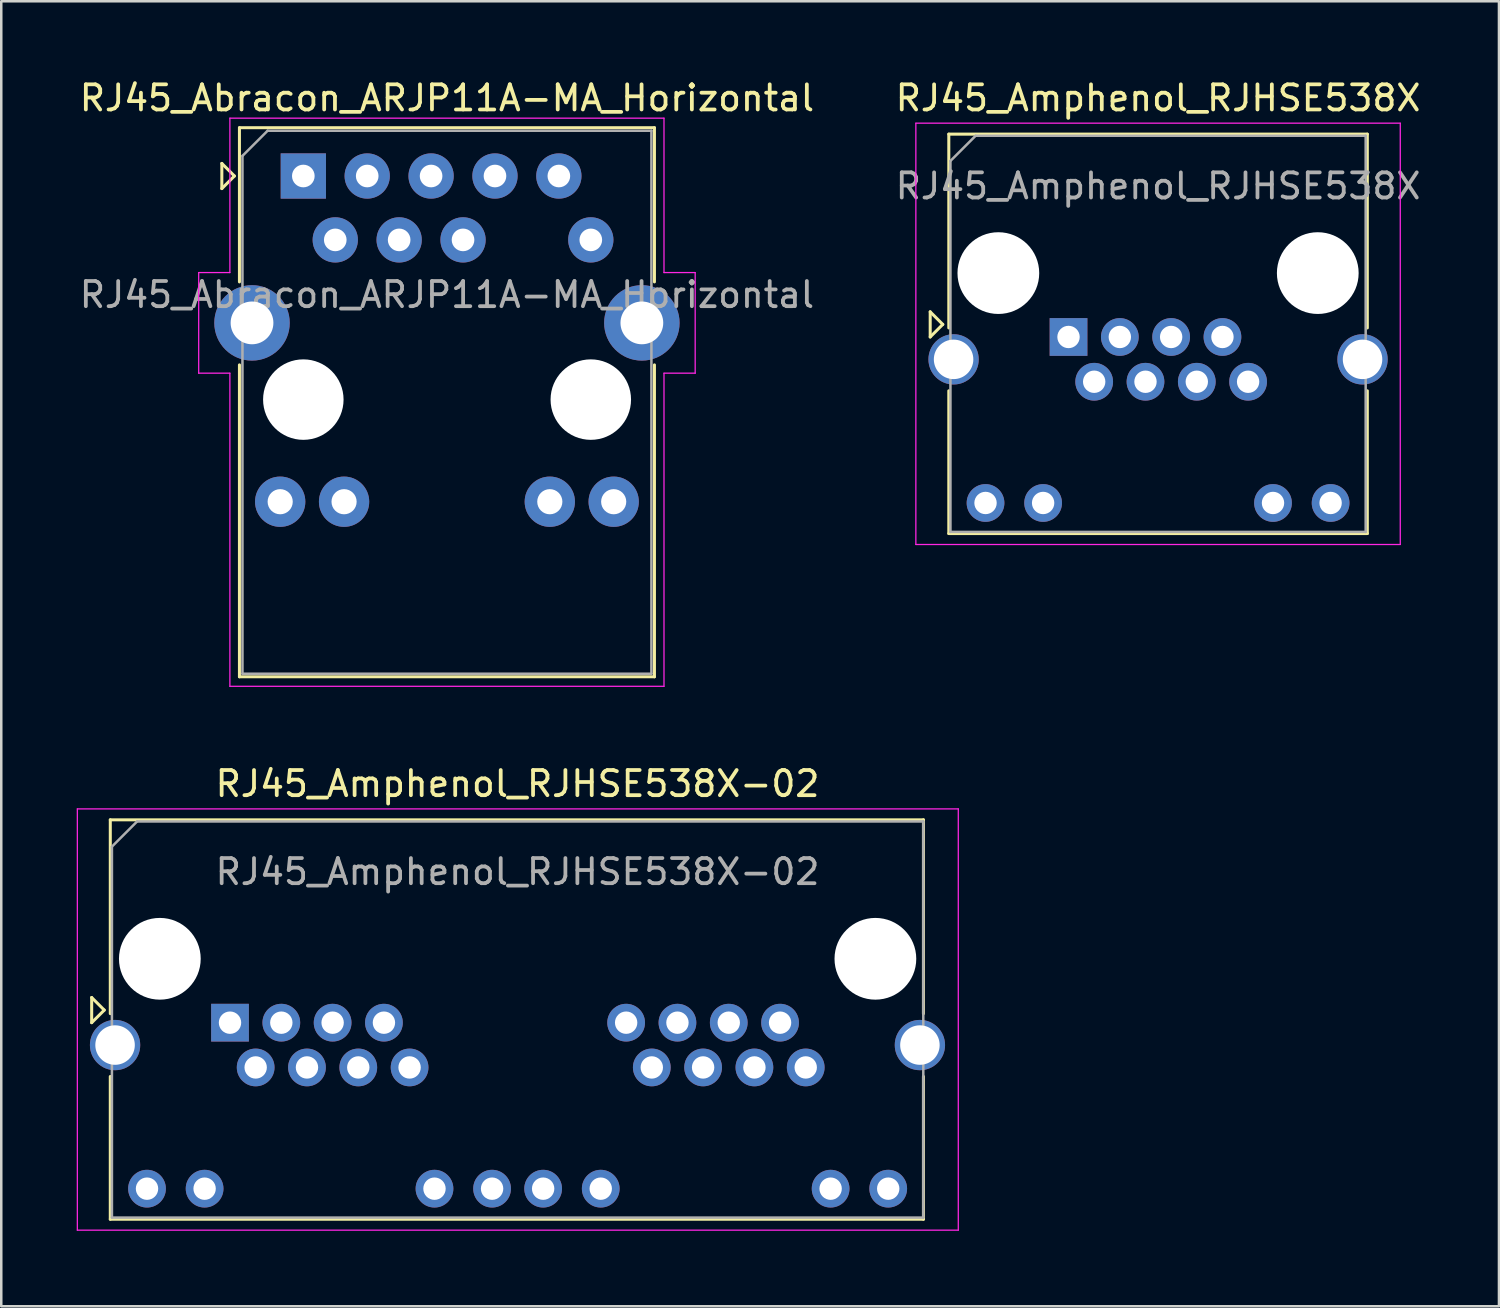
<source format=kicad_pcb>
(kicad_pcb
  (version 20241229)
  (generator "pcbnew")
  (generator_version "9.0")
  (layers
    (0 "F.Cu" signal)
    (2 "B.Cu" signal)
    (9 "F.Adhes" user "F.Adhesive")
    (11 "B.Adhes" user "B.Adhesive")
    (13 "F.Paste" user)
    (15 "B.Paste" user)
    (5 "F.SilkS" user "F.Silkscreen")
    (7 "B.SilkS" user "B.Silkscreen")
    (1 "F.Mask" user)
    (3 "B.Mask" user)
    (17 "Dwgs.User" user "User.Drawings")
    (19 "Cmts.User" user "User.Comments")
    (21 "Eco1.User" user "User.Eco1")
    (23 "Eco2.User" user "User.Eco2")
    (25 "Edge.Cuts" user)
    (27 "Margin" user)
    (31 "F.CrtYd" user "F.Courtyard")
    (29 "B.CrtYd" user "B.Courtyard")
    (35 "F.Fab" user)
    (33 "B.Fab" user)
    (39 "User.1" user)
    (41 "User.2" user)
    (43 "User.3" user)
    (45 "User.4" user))
  (footprint "RJ45_Amphenol_RJHSE538X"
    (layer "F.Cu")
    (at 39.434 10.348)
    (property "Reference" "RJ45_Amphenol_RJHSE538X" (at 3.56 -9.5 0) (layer "F.SilkS") (effects (font (size 1 1) (thickness 0.15))))
    (attr through_hole)
    (fp_line (start -5.5 -1) (end -5 -0.5) (stroke (width 0.12) (type solid)) (layer "F.SilkS"))
    (fp_line (start -5.5 0) (end -5.5 -1) (stroke (width 0.12) (type solid)) (layer "F.SilkS"))
    (fp_line (start -5 -0.5) (end -5.5 0) (stroke (width 0.12) (type solid)) (layer "F.SilkS"))
    (fp_line (start -4.76 -8.065) (end -4.76 -0.36) (stroke (width 0.12) (type solid)) (layer "F.SilkS"))
    (fp_line (start -4.76 -8.065) (end 11.88 -8.065) (stroke (width 0.12) (type solid)) (layer "F.SilkS"))
    (fp_line (start -4.76 7.815) (end -4.76 2.14) (stroke (width 0.12) (type solid)) (layer "F.SilkS"))
    (fp_line (start -4.76 7.815) (end 11.88 7.815) (stroke (width 0.12) (type solid)) (layer "F.SilkS"))
    (fp_line (start 11.88 -8.065) (end 11.88 -0.36) (stroke (width 0.12) (type solid)) (layer "F.SilkS"))
    (fp_line (start 11.88 7.815) (end 11.88 2.14) (stroke (width 0.12) (type solid)) (layer "F.SilkS"))
    (fp_line (start -6.07 -8.5) (end -6.07 8.25) (stroke (width 0.05) (type solid)) (layer "F.CrtYd"))
    (fp_line (start -6.07 -8.5) (end 13.19 -8.5) (stroke (width 0.05) (type solid)) (layer "F.CrtYd"))
    (fp_line (start -6.07 8.25) (end 13.19 8.25) (stroke (width 0.05) (type solid)) (layer "F.CrtYd"))
    (fp_line (start 13.19 -8.5) (end 13.19 8.25) (stroke (width 0.05) (type solid)) (layer "F.CrtYd"))
    (fp_line (start -4.695 -7) (end -4.695 7.75) (stroke (width 0.1) (type solid)) (layer "F.Fab"))
    (fp_line (start -4.695 -7) (end -3.695 -8) (stroke (width 0.1) (type solid)) (layer "F.Fab"))
    (fp_line (start -4.695 7.75) (end 11.815 7.75) (stroke (width 0.1) (type solid)) (layer "F.Fab"))
    (fp_line (start -3.695 -8) (end 11.815 -8) (stroke (width 0.1) (type solid)) (layer "F.Fab"))
    (fp_line (start 11.815 -8) (end 11.815 7.75) (stroke (width 0.1) (type solid)) (layer "F.Fab"))
    (fp_text user "${REFERENCE}" (at 3.56 -6 0) (layer "F.Fab") (effects (font (size 1 1) (thickness 0.15))))
    (pad "" np_thru_hole circle (at -2.79 -2.54) (size 3.25 3.25) (drill 3.25) (layers "*.Cu" "*.Mask"))
    (pad "" np_thru_hole circle (at 9.91 -2.54) (size 3.25 3.25) (drill 3.25) (layers "*.Cu" "*.Mask"))
    (pad "1" thru_hole rect (at 0 0) (size 1.5 1.5) (drill 0.89) (layers "*.Cu" "*.Mask"))
    (pad "2" thru_hole circle (at 2.04 0) (size 1.5 1.5) (drill 0.89) (layers "*.Cu" "*.Mask"))
    (pad "3" thru_hole circle (at 4.08 0) (size 1.5 1.5) (drill 0.89) (layers "*.Cu" "*.Mask"))
    (pad "4" thru_hole circle (at 6.12 0) (size 1.5 1.5) (drill 0.89) (layers "*.Cu" "*.Mask"))
    (pad "5" thru_hole circle (at 1.02 1.78) (size 1.5 1.5) (drill 0.89) (layers "*.Cu" "*.Mask"))
    (pad "6" thru_hole circle (at 3.06 1.78) (size 1.5 1.5) (drill 0.89) (layers "*.Cu" "*.Mask"))
    (pad "7" thru_hole circle (at 5.1 1.78) (size 1.5 1.5) (drill 0.89) (layers "*.Cu" "*.Mask"))
    (pad "8" thru_hole circle (at 7.14 1.78) (size 1.5 1.5) (drill 0.89) (layers "*.Cu" "*.Mask"))
    (pad "9" thru_hole circle (at -3.3 6.6) (size 1.5 1.5) (drill 0.89) (layers "*.Cu" "*.Mask"))
    (pad "10" thru_hole circle (at -1.01 6.6) (size 1.5 1.5) (drill 0.89) (layers "*.Cu" "*.Mask"))
    (pad "11" thru_hole circle (at 8.13 6.6) (size 1.5 1.5) (drill 0.89) (layers "*.Cu" "*.Mask"))
    (pad "12" thru_hole circle (at 10.42 6.6) (size 1.5 1.5) (drill 0.89) (layers "*.Cu" "*.Mask"))
    (pad "SH" thru_hole circle (at -4.57 0.89) (size 2 2) (drill 1.57) (layers "*.Cu" "*.Mask"))
    (pad "SH" thru_hole circle (at 11.69 0.89) (size 2 2) (drill 1.57) (layers "*.Cu" "*.Mask")))
  (footprint "RJ45_Abracon_ARJP11A-MA_Horizontal"
    (layer "F.Cu")
    (at 9.01 3.948)
    (property "Reference" "RJ45_Abracon_ARJP11A-MA_Horizontal" (at 5.71 -3.1 0) (layer "F.SilkS") (effects (font (size 1 1) (thickness 0.15))))
    (attr through_hole)
    (fp_line (start -3.24 -0.5) (end -3.24 0.5) (stroke (width 0.12) (type solid)) (layer "F.SilkS"))
    (fp_line (start -3.24 0.5) (end -2.74 0) (stroke (width 0.12) (type solid)) (layer "F.SilkS"))
    (fp_line (start -2.74 0) (end -3.24 -0.5) (stroke (width 0.12) (type solid)) (layer "F.SilkS"))
    (fp_line (start -2.54 -1.92) (end -2.54 4.21) (stroke (width 0.12) (type solid)) (layer "F.SilkS"))
    (fp_line (start -2.54 -1.92) (end 13.96 -1.92) (stroke (width 0.12) (type solid)) (layer "F.SilkS"))
    (fp_line (start -2.54 7.51) (end -2.54 19.91) (stroke (width 0.12) (type solid)) (layer "F.SilkS"))
    (fp_line (start -2.54 19.91) (end 13.96 19.91) (stroke (width 0.12) (type solid)) (layer "F.SilkS"))
    (fp_line (start 13.96 -1.92) (end 13.96 4.21) (stroke (width 0.12) (type solid)) (layer "F.SilkS"))
    (fp_line (start 13.96 7.51) (end 13.96 19.91) (stroke (width 0.12) (type solid)) (layer "F.SilkS"))
    (fp_line (start -4.16 3.84) (end -4.16 7.84) (stroke (width 0.05) (type solid)) (layer "F.CrtYd"))
    (fp_line (start -4.16 7.84) (end -2.92 7.84) (stroke (width 0.05) (type solid)) (layer "F.CrtYd"))
    (fp_line (start -2.92 -2.3) (end -2.92 3.84) (stroke (width 0.05) (type solid)) (layer "F.CrtYd"))
    (fp_line (start -2.92 -2.3) (end 14.34 -2.3) (stroke (width 0.05) (type solid)) (layer "F.CrtYd"))
    (fp_line (start -2.92 3.84) (end -4.16 3.84) (stroke (width 0.05) (type solid)) (layer "F.CrtYd"))
    (fp_line (start -2.92 7.84) (end -2.92 20.29) (stroke (width 0.05) (type solid)) (layer "F.CrtYd"))
    (fp_line (start -2.92 20.29) (end 14.34 20.29) (stroke (width 0.05) (type solid)) (layer "F.CrtYd"))
    (fp_line (start 14.34 -2.3) (end 14.34 3.84) (stroke (width 0.05) (type solid)) (layer "F.CrtYd"))
    (fp_line (start 14.34 7.84) (end 14.34 20.29) (stroke (width 0.05) (type solid)) (layer "F.CrtYd"))
    (fp_line (start 14.34 7.84) (end 15.58 7.84) (stroke (width 0.05) (type solid)) (layer "F.CrtYd"))
    (fp_line (start 15.58 3.84) (end 14.34 3.84) (stroke (width 0.05) (type solid)) (layer "F.CrtYd"))
    (fp_line (start 15.58 3.84) (end 15.58 7.84) (stroke (width 0.05) (type solid)) (layer "F.CrtYd"))
    (fp_line (start -2.42 -0.8) (end -1.42 -1.8) (stroke (width 0.1) (type solid)) (layer "F.Fab"))
    (fp_line (start -2.42 19.79) (end -2.42 -0.8) (stroke (width 0.1) (type solid)) (layer "F.Fab"))
    (fp_line (start -1.42 -1.8) (end 13.84 -1.8) (stroke (width 0.1) (type solid)) (layer "F.Fab"))
    (fp_line (start 13.84 -1.8) (end 13.84 19.79) (stroke (width 0.1) (type solid)) (layer "F.Fab"))
    (fp_line (start 13.84 19.79) (end -2.42 19.79) (stroke (width 0.1) (type solid)) (layer "F.Fab"))
    (fp_text user "${REFERENCE}" (at 5.71 4.72 0) (layer "F.Fab") (effects (font (size 1 1) (thickness 0.15))))
    (pad "" np_thru_hole circle (at 0 8.89) (size 3.2 3.2) (drill 3.2) (layers "*.Cu" "*.Mask"))
    (pad "" np_thru_hole circle (at 11.43 8.89) (size 3.2 3.2) (drill 3.2) (layers "*.Cu" "*.Mask"))
    (pad "1" thru_hole rect (at 0 0) (size 1.8 1.8) (drill 0.9) (layers "*.Cu" "*.Mask"))
    (pad "2" thru_hole circle (at 1.27 2.54) (size 1.8 1.8) (drill 0.9) (layers "*.Cu" "*.Mask"))
    (pad "3" thru_hole circle (at 2.54 0) (size 1.8 1.8) (drill 0.9) (layers "*.Cu" "*.Mask"))
    (pad "4" thru_hole circle (at 3.81 2.54) (size 1.8 1.8) (drill 0.9) (layers "*.Cu" "*.Mask"))
    (pad "5" thru_hole circle (at 5.08 0) (size 1.8 1.8) (drill 0.9) (layers "*.Cu" "*.Mask"))
    (pad "6" thru_hole circle (at 6.35 2.54) (size 1.8 1.8) (drill 0.9) (layers "*.Cu" "*.Mask"))
    (pad "7" thru_hole circle (at 7.62 0) (size 1.8 1.8) (drill 0.9) (layers "*.Cu" "*.Mask"))
    (pad "9" thru_hole circle (at 10.16 0) (size 1.8 1.8) (drill 0.9) (layers "*.Cu" "*.Mask"))
    (pad "10" thru_hole circle (at 11.43 2.54) (size 1.8 1.8) (drill 0.9) (layers "*.Cu" "*.Mask"))
    (pad "11" thru_hole circle (at -0.92 12.95) (size 2 2) (drill 1) (layers "*.Cu" "*.Mask"))
    (pad "12" thru_hole circle (at 1.62 12.95) (size 2 2) (drill 1) (layers "*.Cu" "*.Mask"))
    (pad "13" thru_hole circle (at 9.8 12.95) (size 2 2) (drill 1) (layers "*.Cu" "*.Mask"))
    (pad "14" thru_hole circle (at 12.34 12.95) (size 2 2) (drill 1) (layers "*.Cu" "*.Mask"))
    (pad "15" thru_hole circle (at -2.04 5.84) (size 3 3) (drill 1.7) (layers "*.Cu" "*.Mask"))
    (pad "15" thru_hole circle (at 13.46 5.84) (size 3 3) (drill 1.7) (layers "*.Cu" "*.Mask")))
  (footprint "RJ45_Amphenol_RJHSE538X-02"
    (layer "F.Cu")
    (at 6.095 37.611)
    (property "Reference" "RJ45_Amphenol_RJHSE538X-02" (at 11.43 -9.5 0) (layer "F.SilkS") (effects (font (size 1 1) (thickness 0.15))))
    (attr through_hole)
    (fp_line (start -5.5 -1) (end -5 -0.5) (stroke (width 0.12) (type solid)) (layer "F.SilkS"))
    (fp_line (start -5.5 0) (end -5.5 -1) (stroke (width 0.12) (type solid)) (layer "F.SilkS"))
    (fp_line (start -5 -0.5) (end -5.5 0) (stroke (width 0.12) (type solid)) (layer "F.SilkS"))
    (fp_line (start -4.76 -8.065) (end -4.76 -0.36) (stroke (width 0.12) (type solid)) (layer "F.SilkS"))
    (fp_line (start -4.76 -8.065) (end 27.57 -8.065) (stroke (width 0.12) (type solid)) (layer "F.SilkS"))
    (fp_line (start -4.76 7.815) (end -4.76 2.14) (stroke (width 0.12) (type solid)) (layer "F.SilkS"))
    (fp_line (start -4.76 7.815) (end 27.57 7.815) (stroke (width 0.12) (type solid)) (layer "F.SilkS"))
    (fp_line (start 27.57 -8.065) (end 27.57 -0.36) (stroke (width 0.12) (type solid)) (layer "F.SilkS"))
    (fp_line (start 27.57 7.815) (end 27.57 2.14) (stroke (width 0.12) (type solid)) (layer "F.SilkS"))
    (fp_line (start -6.07 -8.5) (end -6.07 8.25) (stroke (width 0.05) (type solid)) (layer "F.CrtYd"))
    (fp_line (start -6.07 -8.5) (end 28.956 -8.5) (stroke (width 0.05) (type solid)) (layer "F.CrtYd"))
    (fp_line (start -6.07 8.25) (end 28.956 8.25) (stroke (width 0.05) (type solid)) (layer "F.CrtYd"))
    (fp_line (start 28.956 -8.5) (end 28.956 8.25) (stroke (width 0.05) (type solid)) (layer "F.CrtYd"))
    (fp_line (start -4.695 -7) (end -4.695 7.75) (stroke (width 0.1) (type solid)) (layer "F.Fab"))
    (fp_line (start -4.695 -7) (end -3.695 -8) (stroke (width 0.1) (type solid)) (layer "F.Fab"))
    (fp_line (start -4.695 7.75) (end 27.565 7.75) (stroke (width 0.1) (type solid)) (layer "F.Fab"))
    (fp_line (start -3.695 -8) (end 27.565 -8) (stroke (width 0.1) (type solid)) (layer "F.Fab"))
    (fp_line (start 27.565 -8) (end 27.565 7.75) (stroke (width 0.1) (type solid)) (layer "F.Fab"))
    (fp_text user "${REFERENCE}" (at 11.43 -6 0) (layer "F.Fab") (effects (font (size 1 1) (thickness 0.15))))
    (pad "" np_thru_hole circle (at -2.79 -2.54) (size 3.25 3.25) (drill 3.25) (layers "*.Cu" "*.Mask"))
    (pad "" np_thru_hole circle (at 25.66 -2.54) (size 3.25 3.25) (drill 3.25) (layers "*.Cu" "*.Mask"))
    (pad "1" thru_hole rect (at 0 0) (size 1.5 1.5) (drill 0.89) (layers "*.Cu" "*.Mask"))
    (pad "2" thru_hole circle (at 1.02 1.78) (size 1.5 1.5) (drill 0.89) (layers "*.Cu" "*.Mask"))
    (pad "3" thru_hole circle (at 2.04 0) (size 1.5 1.5) (drill 0.89) (layers "*.Cu" "*.Mask"))
    (pad "4" thru_hole circle (at 3.06 1.78) (size 1.5 1.5) (drill 0.89) (layers "*.Cu" "*.Mask"))
    (pad "5" thru_hole circle (at 4.08 0) (size 1.5 1.5) (drill 0.89) (layers "*.Cu" "*.Mask"))
    (pad "6" thru_hole circle (at 5.1 1.78) (size 1.5 1.5) (drill 0.89) (layers "*.Cu" "*.Mask"))
    (pad "7" thru_hole circle (at 6.12 0) (size 1.5 1.5) (drill 0.89) (layers "*.Cu" "*.Mask"))
    (pad "8" thru_hole circle (at 7.14 1.78) (size 1.5 1.5) (drill 0.89) (layers "*.Cu" "*.Mask"))
    (pad "9" thru_hole circle (at -3.3 6.6) (size 1.5 1.5) (drill 0.89) (layers "*.Cu" "*.Mask"))
    (pad "10" thru_hole circle (at -1.01 6.6) (size 1.5 1.5) (drill 0.89) (layers "*.Cu" "*.Mask"))
    (pad "11" thru_hole circle (at 8.13 6.6) (size 1.5 1.5) (drill 0.89) (layers "*.Cu" "*.Mask"))
    (pad "12" thru_hole circle (at 10.42 6.6) (size 1.5 1.5) (drill 0.89) (layers "*.Cu" "*.Mask"))
    (pad "13" thru_hole circle (at 15.75 0) (size 1.5 1.5) (drill 0.89) (layers "*.Cu" "*.Mask"))
    (pad "14" thru_hole circle (at 16.77 1.78) (size 1.5 1.5) (drill 0.89) (layers "*.Cu" "*.Mask"))
    (pad "15" thru_hole circle (at 17.79 0) (size 1.5 1.5) (drill 0.89) (layers "*.Cu" "*.Mask"))
    (pad "16" thru_hole circle (at 18.81 1.78) (size 1.5 1.5) (drill 0.89) (layers "*.Cu" "*.Mask"))
    (pad "17" thru_hole circle (at 19.83 0) (size 1.5 1.5) (drill 0.89) (layers "*.Cu" "*.Mask"))
    (pad "18" thru_hole circle (at 20.85 1.78) (size 1.5 1.5) (drill 0.89) (layers "*.Cu" "*.Mask"))
    (pad "19" thru_hole circle (at 21.87 0) (size 1.5 1.5) (drill 0.89) (layers "*.Cu" "*.Mask"))
    (pad "20" thru_hole circle (at 22.89 1.78) (size 1.5 1.5) (drill 0.89) (layers "*.Cu" "*.Mask"))
    (pad "21" thru_hole circle (at 12.45 6.6) (size 1.5 1.5) (drill 0.89) (layers "*.Cu" "*.Mask"))
    (pad "22" thru_hole circle (at 14.74 6.6) (size 1.5 1.5) (drill 0.89) (layers "*.Cu" "*.Mask"))
    (pad "23" thru_hole circle (at 23.88 6.6) (size 1.5 1.5) (drill 0.89) (layers "*.Cu" "*.Mask"))
    (pad "24" thru_hole circle (at 26.17 6.6) (size 1.5 1.5) (drill 0.89) (layers "*.Cu" "*.Mask"))
    (pad "SH" thru_hole circle (at -4.57 0.89) (size 2 2) (drill 1.57) (layers "*.Cu" "*.Mask"))
    (pad "SH" thru_hole circle (at 27.43 0.89) (size 2 2) (drill 1.57) (layers "*.Cu" "*.Mask")))
  (gr_rect
    (start -3 -3)
    (end 56.548 48.886)
    (stroke (width 0.1) (type default))
    (fill no)
    (layer "Edge.Cuts")))
</source>
